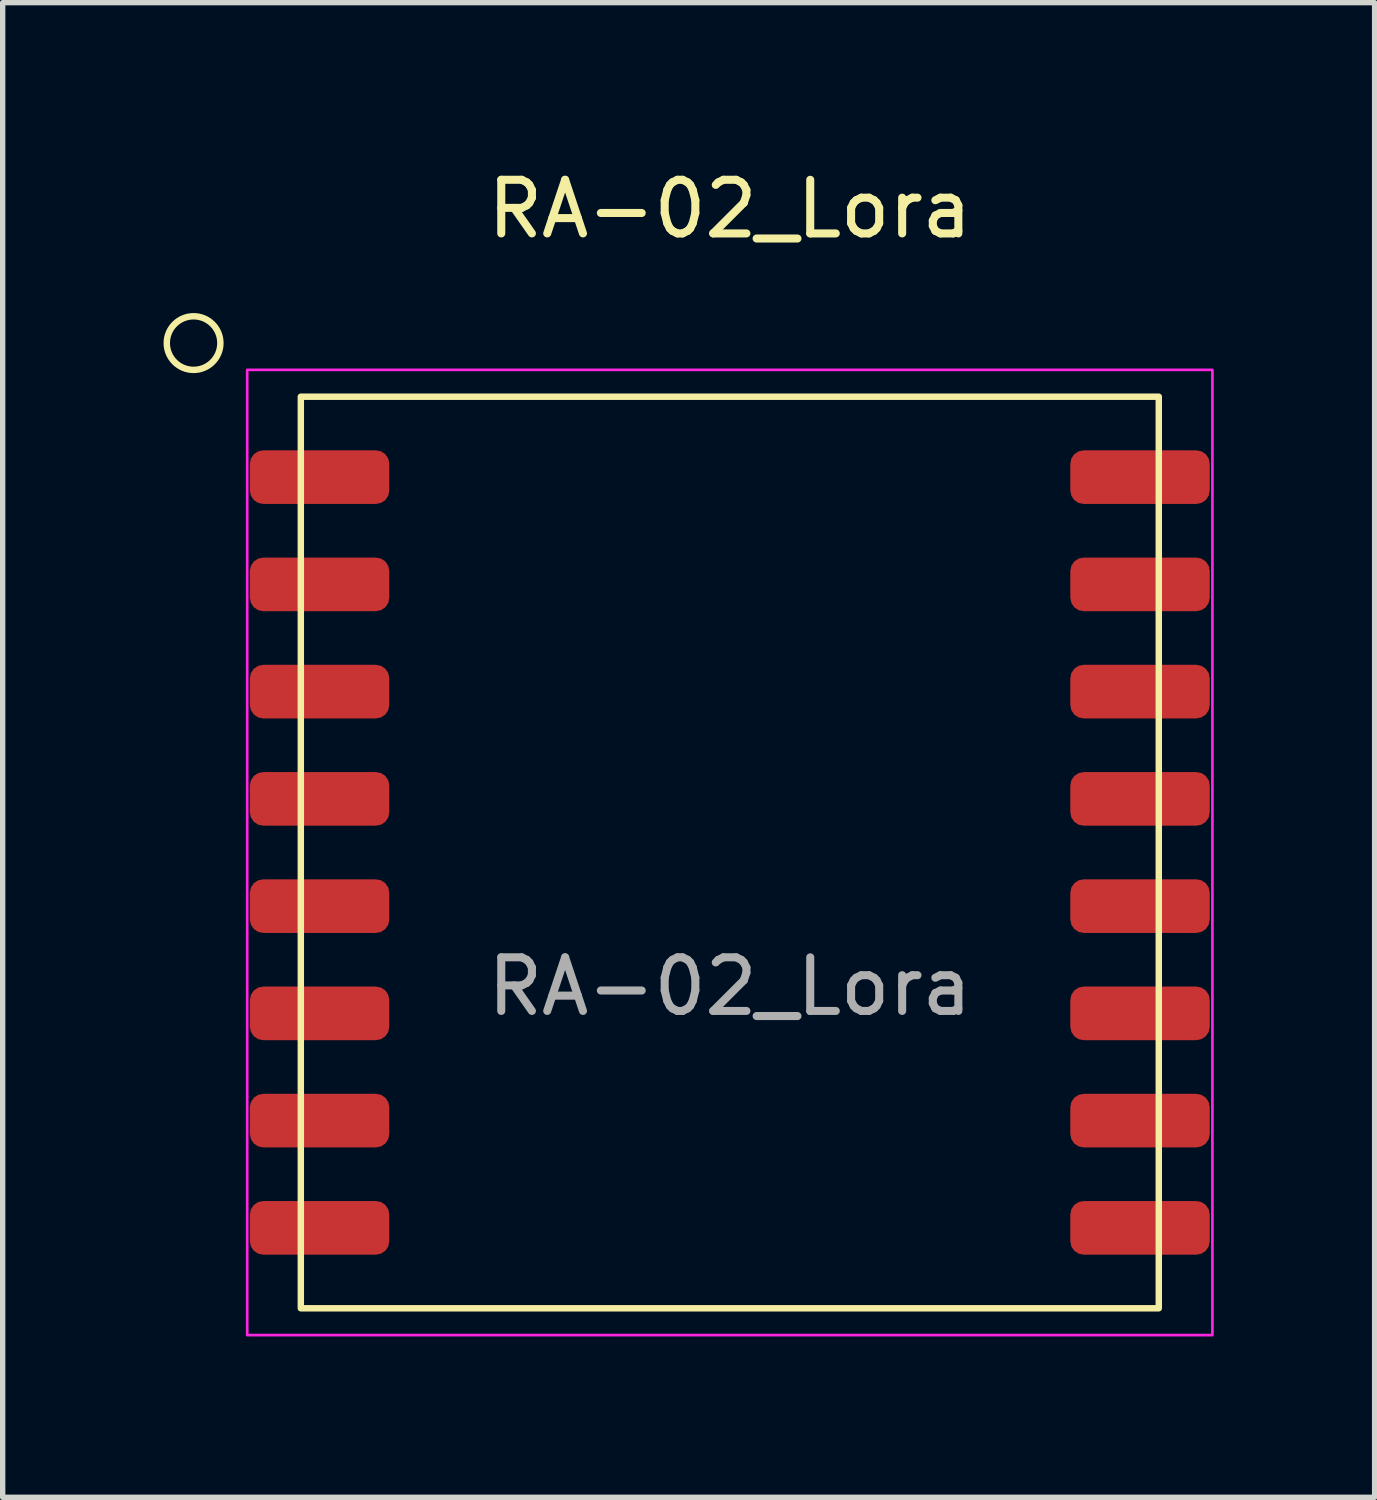
<source format=kicad_pcb>
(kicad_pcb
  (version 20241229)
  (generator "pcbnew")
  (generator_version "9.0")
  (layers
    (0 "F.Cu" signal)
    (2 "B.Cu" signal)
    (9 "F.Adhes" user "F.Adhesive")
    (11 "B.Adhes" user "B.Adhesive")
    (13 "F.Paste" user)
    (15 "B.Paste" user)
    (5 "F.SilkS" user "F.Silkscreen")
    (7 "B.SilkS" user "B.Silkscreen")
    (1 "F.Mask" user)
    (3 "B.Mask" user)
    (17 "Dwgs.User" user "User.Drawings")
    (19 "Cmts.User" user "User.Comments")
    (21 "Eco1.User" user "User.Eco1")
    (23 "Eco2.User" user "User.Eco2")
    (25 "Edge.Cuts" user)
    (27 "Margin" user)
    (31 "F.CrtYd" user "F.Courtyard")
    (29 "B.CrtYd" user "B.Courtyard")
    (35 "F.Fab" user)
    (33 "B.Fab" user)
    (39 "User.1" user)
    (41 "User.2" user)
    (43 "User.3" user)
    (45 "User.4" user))
  (footprint "RA-02_Lora"
    (layer "F.Cu")
    (at 10.56 12.848)
    (property "Reference" "RA-02_Lora" (at 0 -12 0) (unlocked yes) (layer "F.SilkS") (effects (font (size 1 1) (thickness 0.15))))
    (attr smd)
    (fp_rect (start -8 -8.5) (end 8 8.5) (stroke (width 0.12) (type solid)) (fill no) (layer "F.SilkS"))
    (fp_circle (center -10 -9.5) (end -9.5 -9.5) (stroke (width 0.12) (type solid)) (fill no) (layer "F.SilkS"))
    (fp_rect (start -9 -9) (end 9 9) (stroke (width 0.05) (type solid)) (fill no) (layer "F.CrtYd"))
    (fp_text user "${REFERENCE}" (at 0 2.5 0) (unlocked yes) (layer "F.Fab") (effects (font (size 1 1) (thickness 0.15))))
    (pad "1" smd roundrect (at -7.65 -7) (size 2.6 1) (layers "F.Cu" "F.Mask" "F.Paste") (roundrect_rratio 0.25))
    (pad "2" smd roundrect (at -7.65 -5) (size 2.6 1) (layers "F.Cu" "F.Mask" "F.Paste") (roundrect_rratio 0.25))
    (pad "3" smd roundrect (at -7.65 -3) (size 2.6 1) (layers "F.Cu" "F.Mask" "F.Paste") (roundrect_rratio 0.25))
    (pad "4" smd roundrect (at -7.65 -1) (size 2.6 1) (layers "F.Cu" "F.Mask" "F.Paste") (roundrect_rratio 0.25))
    (pad "5" smd roundrect (at -7.65 1) (size 2.6 1) (layers "F.Cu" "F.Mask" "F.Paste") (roundrect_rratio 0.25))
    (pad "6" smd roundrect (at -7.65 3) (size 2.6 1) (layers "F.Cu" "F.Mask" "F.Paste") (roundrect_rratio 0.25))
    (pad "7" smd roundrect (at -7.65 5) (size 2.6 1) (layers "F.Cu" "F.Mask" "F.Paste") (roundrect_rratio 0.25))
    (pad "8" smd roundrect (at -7.65 7) (size 2.6 1) (layers "F.Cu" "F.Mask" "F.Paste") (roundrect_rratio 0.25))
    (pad "9" smd roundrect (at 7.65 7) (size 2.6 1) (layers "F.Cu" "F.Mask" "F.Paste") (roundrect_rratio 0.25))
    (pad "10" smd roundrect (at 7.65 5) (size 2.6 1) (layers "F.Cu" "F.Mask" "F.Paste") (roundrect_rratio 0.25))
    (pad "11" smd roundrect (at 7.65 3) (size 2.6 1) (layers "F.Cu" "F.Mask" "F.Paste") (roundrect_rratio 0.25))
    (pad "12" smd roundrect (at 7.65 1) (size 2.6 1) (layers "F.Cu" "F.Mask" "F.Paste") (roundrect_rratio 0.25))
    (pad "13" smd roundrect (at 7.65 -1) (size 2.6 1) (layers "F.Cu" "F.Mask" "F.Paste") (roundrect_rratio 0.25))
    (pad "14" smd roundrect (at 7.65 -3) (size 2.6 1) (layers "F.Cu" "F.Mask" "F.Paste") (roundrect_rratio 0.25))
    (pad "15" smd roundrect (at 7.65 -5) (size 2.6 1) (layers "F.Cu" "F.Mask" "F.Paste") (roundrect_rratio 0.25))
    (pad "16" smd roundrect (at 7.65 -7) (size 2.6 1) (layers "F.Cu" "F.Mask" "F.Paste") (roundrect_rratio 0.25)))
  (gr_rect
    (start -3 -3)
    (end 22.585 24.873)
    (stroke (width 0.1) (type default))
    (fill no)
    (layer "Edge.Cuts")))
</source>
